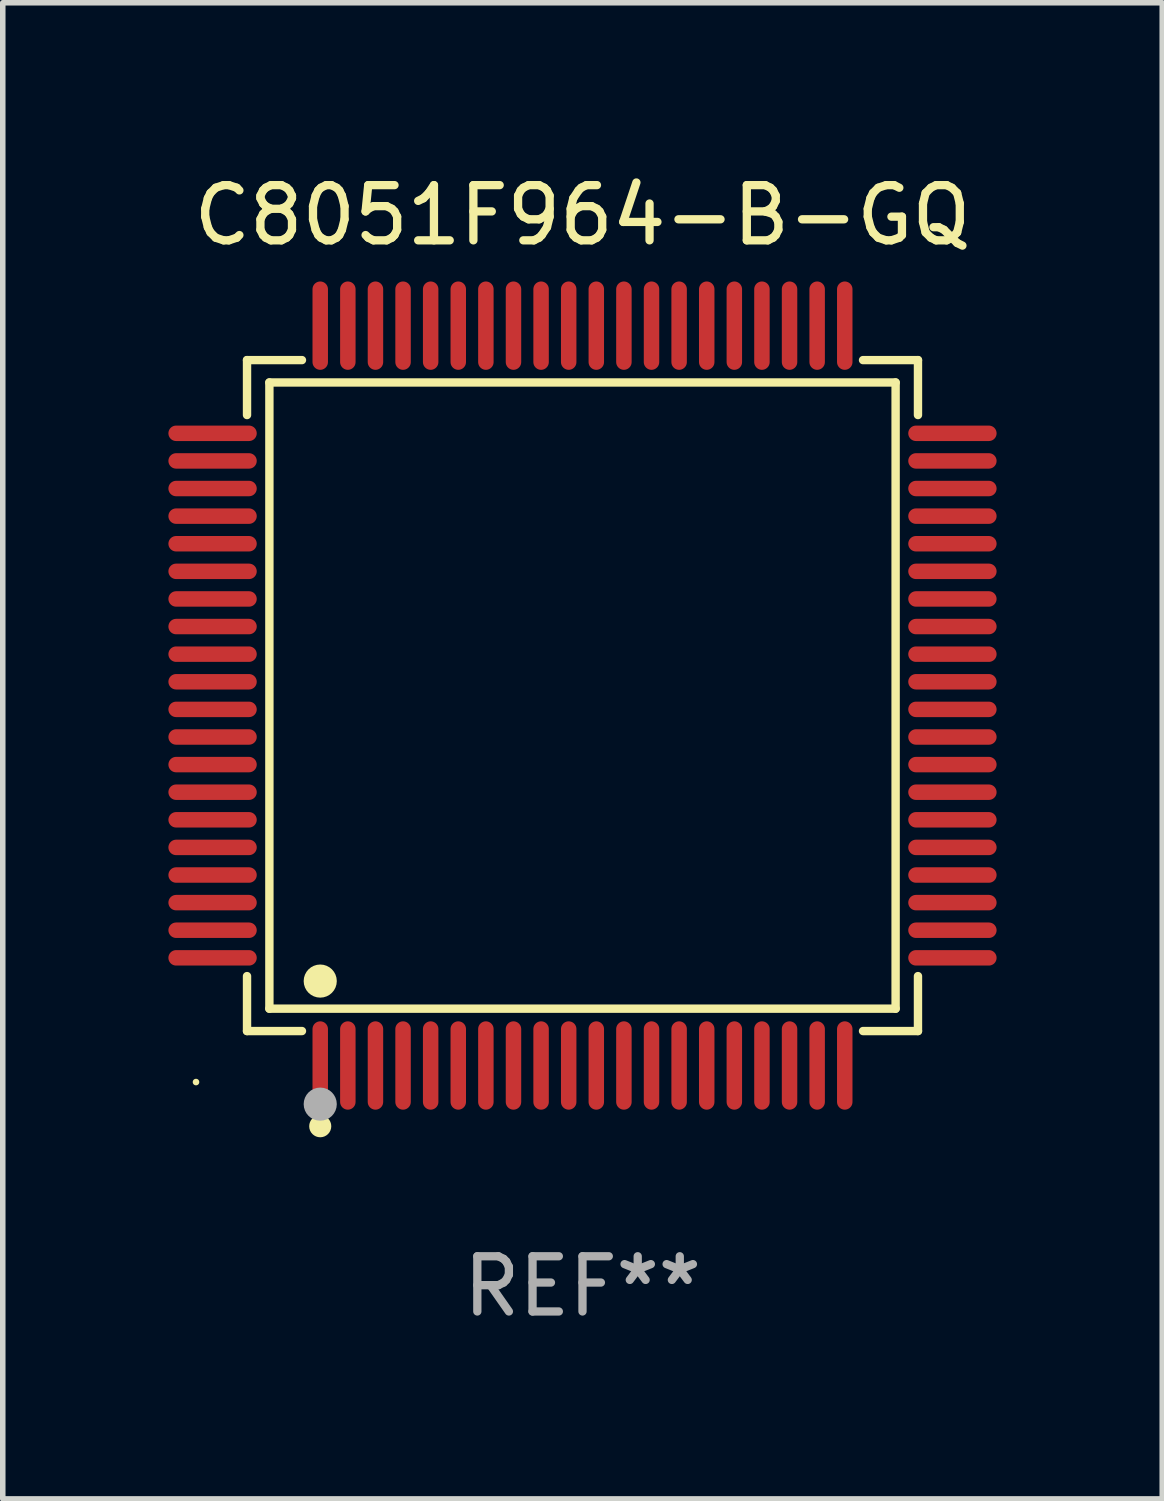
<source format=kicad_pcb>
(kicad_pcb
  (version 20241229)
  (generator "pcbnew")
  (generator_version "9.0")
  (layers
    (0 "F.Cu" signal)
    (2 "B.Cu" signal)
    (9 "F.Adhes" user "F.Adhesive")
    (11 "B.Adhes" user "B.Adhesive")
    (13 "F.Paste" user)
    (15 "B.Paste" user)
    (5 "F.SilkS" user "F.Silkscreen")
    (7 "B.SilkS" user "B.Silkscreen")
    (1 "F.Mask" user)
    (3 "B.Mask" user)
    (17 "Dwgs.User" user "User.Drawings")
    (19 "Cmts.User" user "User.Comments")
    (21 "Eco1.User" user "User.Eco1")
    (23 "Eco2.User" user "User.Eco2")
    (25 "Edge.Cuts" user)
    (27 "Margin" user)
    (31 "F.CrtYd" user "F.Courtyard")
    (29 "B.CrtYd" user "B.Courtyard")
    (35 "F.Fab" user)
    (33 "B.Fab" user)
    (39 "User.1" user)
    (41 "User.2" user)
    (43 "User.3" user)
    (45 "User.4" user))
  (footprint "C8051F964-B-GQ"
    (layer "F.Cu")
    (at 7.5 9.548)
    (property "Reference" "C8051F964-B-GQ" (at 0 -8.7 0) (layer "F.SilkS") (effects (font (size 1 1) (thickness 0.15))))
    (attr through_hole)
    (fp_line (start -6.076 -6.076) (end -5.081 -6.076) (stroke (width 0.152) (type solid)) (layer "F.SilkS"))
    (fp_line (start -6.076 -5.081) (end -6.076 -6.076) (stroke (width 0.152) (type solid)) (layer "F.SilkS"))
    (fp_line (start -6.076 5.081) (end -6.076 6.076) (stroke (width 0.152) (type solid)) (layer "F.SilkS"))
    (fp_line (start -6.076 6.076) (end -5.081 6.076) (stroke (width 0.152) (type solid)) (layer "F.SilkS"))
    (fp_line (start -5.671 -5.671) (end 5.671 -5.671) (stroke (width 0.152) (type solid)) (layer "F.SilkS"))
    (fp_line (start -5.671 5.671) (end -5.671 -5.671) (stroke (width 0.152) (type solid)) (layer "F.SilkS"))
    (fp_line (start 5.671 -5.671) (end 5.671 5.671) (stroke (width 0.152) (type solid)) (layer "F.SilkS"))
    (fp_line (start 5.671 5.671) (end -5.671 5.671) (stroke (width 0.152) (type solid)) (layer "F.SilkS"))
    (fp_line (start 6.076 -6.076) (end 5.081 -6.076) (stroke (width 0.152) (type solid)) (layer "F.SilkS"))
    (fp_line (start 6.076 -5.081) (end 6.076 -6.076) (stroke (width 0.152) (type solid)) (layer "F.SilkS"))
    (fp_line (start 6.076 5.081) (end 6.076 6.076) (stroke (width 0.152) (type solid)) (layer "F.SilkS"))
    (fp_line (start 6.076 6.076) (end 5.081 6.076) (stroke (width 0.152) (type solid)) (layer "F.SilkS"))
    (fp_circle (center -7 7) (end -6.97 7) (stroke (width 0.06) (type solid)) (fill no) (layer "F.SilkS"))
    (fp_circle (center -4.75 5.171) (end -4.6 5.171) (stroke (width 0.3) (type solid)) (fill no) (layer "F.SilkS"))
    (fp_circle (center -4.75 7.8) (end -4.65 7.8) (stroke (width 0.2) (type solid)) (fill no) (layer "F.SilkS"))
    (fp_circle (center -4.75 7.4) (end -4.6 7.4) (stroke (width 0.3) (type solid)) (fill no) (layer "F.Fab"))
    (fp_text user "REF**" (at 0 10.7 0) (layer "F.Fab") (effects (font (size 1 1) (thickness 0.15))))
    (pad "1" smd oval (at -4.75 6.7) (size 0.28 1.6) (layers "F.Cu" "F.Mask" "F.Paste"))
    (pad "2" smd oval (at -4.25 6.7) (size 0.28 1.6) (layers "F.Cu" "F.Mask" "F.Paste"))
    (pad "3" smd oval (at -3.75 6.7) (size 0.28 1.6) (layers "F.Cu" "F.Mask" "F.Paste"))
    (pad "4" smd oval (at -3.25 6.7) (size 0.28 1.6) (layers "F.Cu" "F.Mask" "F.Paste"))
    (pad "5" smd oval (at -2.75 6.7) (size 0.28 1.6) (layers "F.Cu" "F.Mask" "F.Paste"))
    (pad "6" smd oval (at -2.25 6.7) (size 0.28 1.6) (layers "F.Cu" "F.Mask" "F.Paste"))
    (pad "7" smd oval (at -1.75 6.7) (size 0.28 1.6) (layers "F.Cu" "F.Mask" "F.Paste"))
    (pad "8" smd oval (at -1.25 6.7) (size 0.28 1.6) (layers "F.Cu" "F.Mask" "F.Paste"))
    (pad "9" smd oval (at -0.75 6.7) (size 0.28 1.6) (layers "F.Cu" "F.Mask" "F.Paste"))
    (pad "10" smd oval (at -0.25 6.7) (size 0.28 1.6) (layers "F.Cu" "F.Mask" "F.Paste"))
    (pad "11" smd oval (at 0.25 6.7) (size 0.28 1.6) (layers "F.Cu" "F.Mask" "F.Paste"))
    (pad "12" smd oval (at 0.75 6.7) (size 0.28 1.6) (layers "F.Cu" "F.Mask" "F.Paste"))
    (pad "13" smd oval (at 1.25 6.7) (size 0.28 1.6) (layers "F.Cu" "F.Mask" "F.Paste"))
    (pad "14" smd oval (at 1.75 6.7) (size 0.28 1.6) (layers "F.Cu" "F.Mask" "F.Paste"))
    (pad "15" smd oval (at 2.25 6.7) (size 0.28 1.6) (layers "F.Cu" "F.Mask" "F.Paste"))
    (pad "16" smd oval (at 2.75 6.7) (size 0.28 1.6) (layers "F.Cu" "F.Mask" "F.Paste"))
    (pad "17" smd oval (at 3.25 6.7) (size 0.28 1.6) (layers "F.Cu" "F.Mask" "F.Paste"))
    (pad "18" smd oval (at 3.75 6.7) (size 0.28 1.6) (layers "F.Cu" "F.Mask" "F.Paste"))
    (pad "19" smd oval (at 4.25 6.7) (size 0.28 1.6) (layers "F.Cu" "F.Mask" "F.Paste"))
    (pad "20" smd oval (at 4.75 6.7) (size 0.28 1.6) (layers "F.Cu" "F.Mask" "F.Paste"))
    (pad "21" smd oval (at 6.7 4.75) (size 1.6 0.28) (layers "F.Cu" "F.Mask" "F.Paste"))
    (pad "22" smd oval (at 6.7 4.25) (size 1.6 0.28) (layers "F.Cu" "F.Mask" "F.Paste"))
    (pad "23" smd oval (at 6.7 3.75) (size 1.6 0.28) (layers "F.Cu" "F.Mask" "F.Paste"))
    (pad "24" smd oval (at 6.7 3.25) (size 1.6 0.28) (layers "F.Cu" "F.Mask" "F.Paste"))
    (pad "25" smd oval (at 6.7 2.75) (size 1.6 0.28) (layers "F.Cu" "F.Mask" "F.Paste"))
    (pad "26" smd oval (at 6.7 2.25) (size 1.6 0.28) (layers "F.Cu" "F.Mask" "F.Paste"))
    (pad "27" smd oval (at 6.7 1.75) (size 1.6 0.28) (layers "F.Cu" "F.Mask" "F.Paste"))
    (pad "28" smd oval (at 6.7 1.25) (size 1.6 0.28) (layers "F.Cu" "F.Mask" "F.Paste"))
    (pad "29" smd oval (at 6.7 0.75) (size 1.6 0.28) (layers "F.Cu" "F.Mask" "F.Paste"))
    (pad "30" smd oval (at 6.7 0.25) (size 1.6 0.28) (layers "F.Cu" "F.Mask" "F.Paste"))
    (pad "31" smd oval (at 6.7 -0.25) (size 1.6 0.28) (layers "F.Cu" "F.Mask" "F.Paste"))
    (pad "32" smd oval (at 6.7 -0.75) (size 1.6 0.28) (layers "F.Cu" "F.Mask" "F.Paste"))
    (pad "33" smd oval (at 6.7 -1.25) (size 1.6 0.28) (layers "F.Cu" "F.Mask" "F.Paste"))
    (pad "34" smd oval (at 6.7 -1.75) (size 1.6 0.28) (layers "F.Cu" "F.Mask" "F.Paste"))
    (pad "35" smd oval (at 6.7 -2.25) (size 1.6 0.28) (layers "F.Cu" "F.Mask" "F.Paste"))
    (pad "36" smd oval (at 6.7 -2.75) (size 1.6 0.28) (layers "F.Cu" "F.Mask" "F.Paste"))
    (pad "37" smd oval (at 6.7 -3.25) (size 1.6 0.28) (layers "F.Cu" "F.Mask" "F.Paste"))
    (pad "38" smd oval (at 6.7 -3.75) (size 1.6 0.28) (layers "F.Cu" "F.Mask" "F.Paste"))
    (pad "39" smd oval (at 6.7 -4.25) (size 1.6 0.28) (layers "F.Cu" "F.Mask" "F.Paste"))
    (pad "40" smd oval (at 6.7 -4.75) (size 1.6 0.28) (layers "F.Cu" "F.Mask" "F.Paste"))
    (pad "41" smd oval (at 4.75 -6.7) (size 0.28 1.6) (layers "F.Cu" "F.Mask" "F.Paste"))
    (pad "42" smd oval (at 4.25 -6.7) (size 0.28 1.6) (layers "F.Cu" "F.Mask" "F.Paste"))
    (pad "43" smd oval (at 3.75 -6.7) (size 0.28 1.6) (layers "F.Cu" "F.Mask" "F.Paste"))
    (pad "44" smd oval (at 3.25 -6.7) (size 0.28 1.6) (layers "F.Cu" "F.Mask" "F.Paste"))
    (pad "45" smd oval (at 2.75 -6.7) (size 0.28 1.6) (layers "F.Cu" "F.Mask" "F.Paste"))
    (pad "46" smd oval (at 2.25 -6.7) (size 0.28 1.6) (layers "F.Cu" "F.Mask" "F.Paste"))
    (pad "47" smd oval (at 1.75 -6.7) (size 0.28 1.6) (layers "F.Cu" "F.Mask" "F.Paste"))
    (pad "48" smd oval (at 1.25 -6.7) (size 0.28 1.6) (layers "F.Cu" "F.Mask" "F.Paste"))
    (pad "49" smd oval (at 0.75 -6.7) (size 0.28 1.6) (layers "F.Cu" "F.Mask" "F.Paste"))
    (pad "50" smd oval (at 0.25 -6.7) (size 0.28 1.6) (layers "F.Cu" "F.Mask" "F.Paste"))
    (pad "51" smd oval (at -0.25 -6.7) (size 0.28 1.6) (layers "F.Cu" "F.Mask" "F.Paste"))
    (pad "52" smd oval (at -0.75 -6.7) (size 0.28 1.6) (layers "F.Cu" "F.Mask" "F.Paste"))
    (pad "53" smd oval (at -1.25 -6.7) (size 0.28 1.6) (layers "F.Cu" "F.Mask" "F.Paste"))
    (pad "54" smd oval (at -1.75 -6.7) (size 0.28 1.6) (layers "F.Cu" "F.Mask" "F.Paste"))
    (pad "55" smd oval (at -2.25 -6.7) (size 0.28 1.6) (layers "F.Cu" "F.Mask" "F.Paste"))
    (pad "56" smd oval (at -2.75 -6.7) (size 0.28 1.6) (layers "F.Cu" "F.Mask" "F.Paste"))
    (pad "57" smd oval (at -3.25 -6.7) (size 0.28 1.6) (layers "F.Cu" "F.Mask" "F.Paste"))
    (pad "58" smd oval (at -3.75 -6.7) (size 0.28 1.6) (layers "F.Cu" "F.Mask" "F.Paste"))
    (pad "59" smd oval (at -4.25 -6.7) (size 0.28 1.6) (layers "F.Cu" "F.Mask" "F.Paste"))
    (pad "60" smd oval (at -4.75 -6.7) (size 0.28 1.6) (layers "F.Cu" "F.Mask" "F.Paste"))
    (pad "61" smd oval (at -6.7 -4.75) (size 1.6 0.28) (layers "F.Cu" "F.Mask" "F.Paste"))
    (pad "62" smd oval (at -6.7 -4.25) (size 1.6 0.28) (layers "F.Cu" "F.Mask" "F.Paste"))
    (pad "63" smd oval (at -6.7 -3.75) (size 1.6 0.28) (layers "F.Cu" "F.Mask" "F.Paste"))
    (pad "64" smd oval (at -6.7 -3.25) (size 1.6 0.28) (layers "F.Cu" "F.Mask" "F.Paste"))
    (pad "65" smd oval (at -6.7 -2.75) (size 1.6 0.28) (layers "F.Cu" "F.Mask" "F.Paste"))
    (pad "66" smd oval (at -6.7 -2.25) (size 1.6 0.28) (layers "F.Cu" "F.Mask" "F.Paste"))
    (pad "67" smd oval (at -6.7 -1.75) (size 1.6 0.28) (layers "F.Cu" "F.Mask" "F.Paste"))
    (pad "68" smd oval (at -6.7 -1.25) (size 1.6 0.28) (layers "F.Cu" "F.Mask" "F.Paste"))
    (pad "69" smd oval (at -6.7 -0.75) (size 1.6 0.28) (layers "F.Cu" "F.Mask" "F.Paste"))
    (pad "70" smd oval (at -6.7 -0.25) (size 1.6 0.28) (layers "F.Cu" "F.Mask" "F.Paste"))
    (pad "71" smd oval (at -6.7 0.25) (size 1.6 0.28) (layers "F.Cu" "F.Mask" "F.Paste"))
    (pad "72" smd oval (at -6.7 0.75) (size 1.6 0.28) (layers "F.Cu" "F.Mask" "F.Paste"))
    (pad "73" smd oval (at -6.7 1.25) (size 1.6 0.28) (layers "F.Cu" "F.Mask" "F.Paste"))
    (pad "74" smd oval (at -6.7 1.75) (size 1.6 0.28) (layers "F.Cu" "F.Mask" "F.Paste"))
    (pad "75" smd oval (at -6.7 2.25) (size 1.6 0.28) (layers "F.Cu" "F.Mask" "F.Paste"))
    (pad "76" smd oval (at -6.7 2.75) (size 1.6 0.28) (layers "F.Cu" "F.Mask" "F.Paste"))
    (pad "77" smd oval (at -6.7 3.25) (size 1.6 0.28) (layers "F.Cu" "F.Mask" "F.Paste"))
    (pad "78" smd oval (at -6.7 3.75) (size 1.6 0.28) (layers "F.Cu" "F.Mask" "F.Paste"))
    (pad "79" smd oval (at -6.7 4.25) (size 1.6 0.28) (layers "F.Cu" "F.Mask" "F.Paste"))
    (pad "80" smd oval (at -6.7 4.75) (size 1.6 0.28) (layers "F.Cu" "F.Mask" "F.Paste")))
  (gr_rect
    (start -3 -3)
    (end 18 24.097)
    (stroke (width 0.1) (type default))
    (fill no)
    (layer "Edge.Cuts")))
</source>
